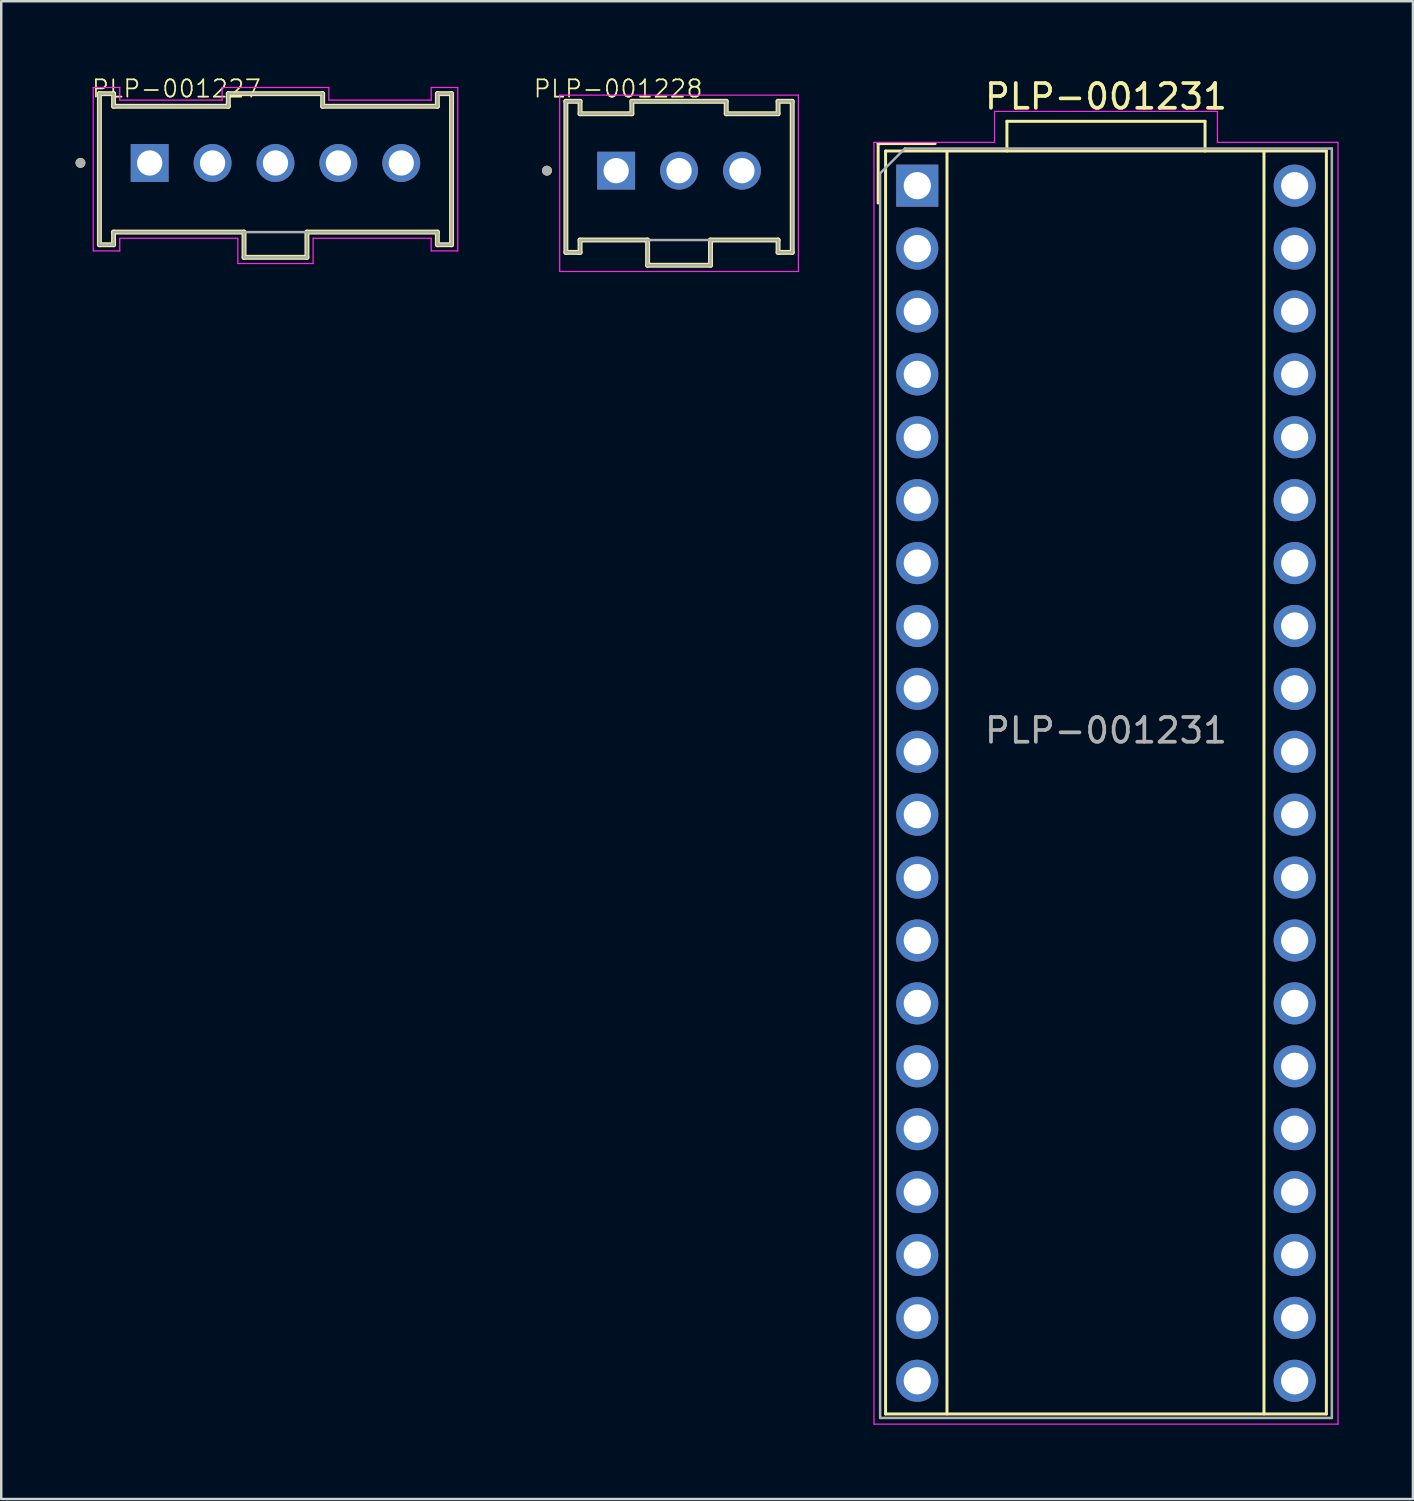
<source format=kicad_pcb>
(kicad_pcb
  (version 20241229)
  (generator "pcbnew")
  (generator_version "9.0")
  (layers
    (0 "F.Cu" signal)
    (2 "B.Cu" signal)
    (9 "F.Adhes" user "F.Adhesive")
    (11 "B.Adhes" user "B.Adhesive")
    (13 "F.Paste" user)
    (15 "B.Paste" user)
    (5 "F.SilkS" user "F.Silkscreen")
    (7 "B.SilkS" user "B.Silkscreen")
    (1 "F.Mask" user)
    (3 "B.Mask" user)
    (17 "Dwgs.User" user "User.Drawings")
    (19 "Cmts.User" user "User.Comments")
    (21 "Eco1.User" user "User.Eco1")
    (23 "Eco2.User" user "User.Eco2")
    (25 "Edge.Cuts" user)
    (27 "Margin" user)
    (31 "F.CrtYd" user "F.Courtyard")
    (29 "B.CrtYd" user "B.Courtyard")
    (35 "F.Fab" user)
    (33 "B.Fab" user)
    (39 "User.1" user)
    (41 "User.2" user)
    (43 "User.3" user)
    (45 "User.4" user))
  (footprint "PLP-001231"
    (layer "F.Cu")
    (at 33.991 4.448)
    (property "Reference" "PLP-001231" (at 7.62 -3.6 0) (layer "F.SilkS") (effects (font (size 1 1) (thickness 0.15))))
    (attr through_hole)
    (fp_line (start -1.58 -1.7) (end -1.58 0.7) (stroke (width 0.12) (type solid)) (layer "F.SilkS"))
    (fp_line (start -1.28 -1.4) (end 16.52 -1.4) (stroke (width 0.12) (type solid)) (layer "F.SilkS"))
    (fp_line (start -1.28 49.6) (end -1.28 -1.4) (stroke (width 0.12) (type solid)) (layer "F.SilkS"))
    (fp_line (start 0.72 -1.7) (end -1.58 -1.7) (stroke (width 0.12) (type solid)) (layer "F.SilkS"))
    (fp_line (start 1.2 -1.4) (end 1.2 49.6) (stroke (width 0.12) (type solid)) (layer "F.SilkS"))
    (fp_line (start 3.62 -2.6) (end 11.62 -2.6) (stroke (width 0.12) (type solid)) (layer "F.SilkS"))
    (fp_line (start 3.62 -1.4) (end 3.62 -2.6) (stroke (width 0.12) (type solid)) (layer "F.SilkS"))
    (fp_line (start 11.62 -2.6) (end 11.62 -1.4) (stroke (width 0.12) (type solid)) (layer "F.SilkS"))
    (fp_line (start 14 -1.4) (end 14 49.6) (stroke (width 0.12) (type solid)) (layer "F.SilkS"))
    (fp_line (start 16.52 -1.4) (end 16.52 49.6) (stroke (width 0.12) (type solid)) (layer "F.SilkS"))
    (fp_line (start 16.52 49.6) (end -1.28 49.6) (stroke (width 0.12) (type solid)) (layer "F.SilkS"))
    (fp_line (start -1.75 -1.75) (end 3.12 -1.75) (stroke (width 0.05) (type solid)) (layer "F.CrtYd"))
    (fp_line (start -1.75 50.01) (end -1.75 -1.75) (stroke (width 0.05) (type solid)) (layer "F.CrtYd"))
    (fp_line (start 3.12 -3) (end 12.12 -3) (stroke (width 0.05) (type solid)) (layer "F.CrtYd"))
    (fp_line (start 3.12 -1.75) (end 3.12 -3) (stroke (width 0.05) (type solid)) (layer "F.CrtYd"))
    (fp_line (start 12.12 -3) (end 12.12 -1.75) (stroke (width 0.05) (type solid)) (layer "F.CrtYd"))
    (fp_line (start 12.12 -1.75) (end 16.99 -1.75) (stroke (width 0.05) (type solid)) (layer "F.CrtYd"))
    (fp_line (start 16.99 -1.75) (end 16.99 50.01) (stroke (width 0.05) (type solid)) (layer "F.CrtYd"))
    (fp_line (start 16.99 50.01) (end -1.75 50.01) (stroke (width 0.05) (type solid)) (layer "F.CrtYd"))
    (fp_line (start -1.5 -0.5) (end -1.5 49.76) (stroke (width 0.1) (type solid)) (layer "F.Fab"))
    (fp_line (start -1.5 49.76) (end 16.74 49.76) (stroke (width 0.1) (type solid)) (layer "F.Fab"))
    (fp_line (start -0.5 -1.5) (end -1.5 -0.5) (stroke (width 0.1) (type solid)) (layer "F.Fab"))
    (fp_line (start 16.74 -1.5) (end -0.5 -1.5) (stroke (width 0.1) (type solid)) (layer "F.Fab"))
    (fp_line (start 16.74 49.76) (end 16.74 -1.5) (stroke (width 0.1) (type solid)) (layer "F.Fab"))
    (fp_text user "${REFERENCE}" (at 7.62 22 0) (layer "F.Fab") (effects (font (size 1 1) (thickness 0.15))))
    (pad "1" thru_hole rect (at 0 0) (size 1.7 1.7) (drill 1.1) (layers "*.Cu" "*.Mask"))
    (pad "2" thru_hole circle (at 0 2.54) (size 1.7 1.7) (drill 1.1) (layers "*.Cu" "*.Mask"))
    (pad "3" thru_hole circle (at 0 5.08) (size 1.7 1.7) (drill 1.1) (layers "*.Cu" "*.Mask"))
    (pad "4" thru_hole circle (at 0 7.62) (size 1.7 1.7) (drill 1.1) (layers "*.Cu" "*.Mask"))
    (pad "5" thru_hole circle (at 0 10.16) (size 1.7 1.7) (drill 1.1) (layers "*.Cu" "*.Mask"))
    (pad "6" thru_hole circle (at 0 12.7) (size 1.7 1.7) (drill 1.1) (layers "*.Cu" "*.Mask"))
    (pad "7" thru_hole circle (at 0 15.24) (size 1.7 1.7) (drill 1.1) (layers "*.Cu" "*.Mask"))
    (pad "8" thru_hole circle (at 0 17.78) (size 1.7 1.7) (drill 1.1) (layers "*.Cu" "*.Mask"))
    (pad "9" thru_hole circle (at 0 20.32) (size 1.7 1.7) (drill 1.1) (layers "*.Cu" "*.Mask"))
    (pad "10" thru_hole circle (at 0 22.86) (size 1.7 1.7) (drill 1.1) (layers "*.Cu" "*.Mask"))
    (pad "11" thru_hole circle (at 0 25.4) (size 1.7 1.7) (drill 1.1) (layers "*.Cu" "*.Mask"))
    (pad "12" thru_hole circle (at 0 27.94) (size 1.7 1.7) (drill 1.1) (layers "*.Cu" "*.Mask"))
    (pad "13" thru_hole circle (at 0 30.48) (size 1.7 1.7) (drill 1.1) (layers "*.Cu" "*.Mask"))
    (pad "14" thru_hole circle (at 0 33.02) (size 1.7 1.7) (drill 1.1) (layers "*.Cu" "*.Mask"))
    (pad "15" thru_hole circle (at 0 35.56) (size 1.7 1.7) (drill 1.1) (layers "*.Cu" "*.Mask"))
    (pad "16" thru_hole circle (at 0 38.1) (size 1.7 1.7) (drill 1.1) (layers "*.Cu" "*.Mask"))
    (pad "17" thru_hole circle (at 0 40.64) (size 1.7 1.7) (drill 1.1) (layers "*.Cu" "*.Mask"))
    (pad "18" thru_hole circle (at 0 43.18) (size 1.7 1.7) (drill 1.1) (layers "*.Cu" "*.Mask"))
    (pad "19" thru_hole circle (at 0 45.72) (size 1.7 1.7) (drill 1.1) (layers "*.Cu" "*.Mask"))
    (pad "20" thru_hole circle (at 0 48.26) (size 1.7 1.7) (drill 1.1) (layers "*.Cu" "*.Mask"))
    (pad "21" thru_hole circle (at 15.24 48.26) (size 1.7 1.7) (drill 1.1) (layers "*.Cu" "*.Mask"))
    (pad "22" thru_hole circle (at 15.24 45.72) (size 1.7 1.7) (drill 1.1) (layers "*.Cu" "*.Mask"))
    (pad "23" thru_hole circle (at 15.24 43.18) (size 1.7 1.7) (drill 1.1) (layers "*.Cu" "*.Mask"))
    (pad "24" thru_hole circle (at 15.24 40.64) (size 1.7 1.7) (drill 1.1) (layers "*.Cu" "*.Mask"))
    (pad "25" thru_hole circle (at 15.24 38.1) (size 1.7 1.7) (drill 1.1) (layers "*.Cu" "*.Mask"))
    (pad "26" thru_hole circle (at 15.24 35.56) (size 1.7 1.7) (drill 1.1) (layers "*.Cu" "*.Mask"))
    (pad "27" thru_hole circle (at 15.24 33.02) (size 1.7 1.7) (drill 1.1) (layers "*.Cu" "*.Mask"))
    (pad "28" thru_hole circle (at 15.24 30.48) (size 1.7 1.7) (drill 1.1) (layers "*.Cu" "*.Mask"))
    (pad "29" thru_hole circle (at 15.24 27.94) (size 1.7 1.7) (drill 1.1) (layers "*.Cu" "*.Mask"))
    (pad "30" thru_hole circle (at 15.24 25.4) (size 1.7 1.7) (drill 1.1) (layers "*.Cu" "*.Mask"))
    (pad "31" thru_hole circle (at 15.24 22.86) (size 1.7 1.7) (drill 1.1) (layers "*.Cu" "*.Mask"))
    (pad "32" thru_hole circle (at 15.24 20.32) (size 1.7 1.7) (drill 1.1) (layers "*.Cu" "*.Mask"))
    (pad "33" thru_hole circle (at 15.24 17.78) (size 1.7 1.7) (drill 1.1) (layers "*.Cu" "*.Mask"))
    (pad "34" thru_hole circle (at 15.24 15.24) (size 1.7 1.7) (drill 1.1) (layers "*.Cu" "*.Mask"))
    (pad "35" thru_hole circle (at 15.24 12.7) (size 1.7 1.7) (drill 1.1) (layers "*.Cu" "*.Mask"))
    (pad "36" thru_hole circle (at 15.24 10.16) (size 1.7 1.7) (drill 1.1) (layers "*.Cu" "*.Mask"))
    (pad "37" thru_hole circle (at 15.24 7.62) (size 1.7 1.7) (drill 1.1) (layers "*.Cu" "*.Mask"))
    (pad "38" thru_hole circle (at 15.24 5.08) (size 1.7 1.7) (drill 1.1) (layers "*.Cu" "*.Mask"))
    (pad "39" thru_hole circle (at 15.24 2.54) (size 1.7 1.7) (drill 1.1) (layers "*.Cu" "*.Mask"))
    (pad "40" thru_hole circle (at 15.24 0) (size 1.7 1.7) (drill 1.1) (layers "*.Cu" "*.Mask")))
  (footprint "PLP-001228"
    (layer "F.Cu")
    (at 24.371 3.842)
    (property "Reference" "PLP-001228" (at -2.46 -3.31 0) (layer "F.SilkS") (effects (font (size 0.7 0.7) (thickness 0.07))))
    (attr through_hole)
    (fp_line (start -4.57 -2.8) (end -4.57 3.3) (stroke (width 0.2) (type solid)) (layer "F.SilkS"))
    (fp_line (start -4.57 3.3) (end -3.998 3.3) (stroke (width 0.2) (type solid)) (layer "F.SilkS"))
    (fp_line (start -3.998 -2.8) (end -4.57 -2.8) (stroke (width 0.2) (type solid)) (layer "F.SilkS"))
    (fp_line (start -3.998 -2.3) (end -3.998 -2.8) (stroke (width 0.2) (type solid)) (layer "F.SilkS"))
    (fp_line (start -3.998 2.8) (end -1.27 2.8) (stroke (width 0.2) (type solid)) (layer "F.SilkS"))
    (fp_line (start -3.998 3.3) (end -3.998 2.8) (stroke (width 0.2) (type solid)) (layer "F.SilkS"))
    (fp_line (start -1.905 -2.8) (end -1.905 -2.3) (stroke (width 0.2) (type solid)) (layer "F.SilkS"))
    (fp_line (start -1.905 -2.3) (end -3.998 -2.3) (stroke (width 0.2) (type solid)) (layer "F.SilkS"))
    (fp_line (start -1.27 2.8) (end -1.27 3.82) (stroke (width 0.2) (type solid)) (layer "F.SilkS"))
    (fp_line (start -1.27 3.82) (end 1.27 3.82) (stroke (width 0.2) (type solid)) (layer "F.SilkS"))
    (fp_line (start 1.27 2.8) (end 3.998 2.8) (stroke (width 0.2) (type solid)) (layer "F.SilkS"))
    (fp_line (start 1.27 3.82) (end 1.27 2.8) (stroke (width 0.2) (type solid)) (layer "F.SilkS"))
    (fp_line (start 1.905 -2.8) (end -1.905 -2.8) (stroke (width 0.2) (type solid)) (layer "F.SilkS"))
    (fp_line (start 1.905 -2.3) (end 1.905 -2.8) (stroke (width 0.2) (type solid)) (layer "F.SilkS"))
    (fp_line (start 3.998 -2.8) (end 3.998 -2.3) (stroke (width 0.2) (type solid)) (layer "F.SilkS"))
    (fp_line (start 3.998 -2.3) (end 1.905 -2.3) (stroke (width 0.2) (type solid)) (layer "F.SilkS"))
    (fp_line (start 3.998 2.8) (end 3.998 3.3) (stroke (width 0.2) (type solid)) (layer "F.SilkS"))
    (fp_line (start 3.998 3.3) (end 4.57 3.3) (stroke (width 0.2) (type solid)) (layer "F.SilkS"))
    (fp_line (start 4.57 -2.8) (end 3.998 -2.8) (stroke (width 0.2) (type solid)) (layer "F.SilkS"))
    (fp_line (start 4.57 3.3) (end 4.57 -2.8) (stroke (width 0.2) (type solid)) (layer "F.SilkS"))
    (fp_circle (center -5.334 0) (end -5.234 0) (stroke (width 0.2) (type solid)) (fill no) (layer "F.SilkS"))
    (fp_line (start -4.82 -3.05) (end 4.82 -3.05) (stroke (width 0.05) (type solid)) (layer "F.CrtYd"))
    (fp_line (start -4.82 4.07) (end -4.82 -3.05) (stroke (width 0.05) (type solid)) (layer "F.CrtYd"))
    (fp_line (start 4.82 -3.05) (end 4.82 4.07) (stroke (width 0.05) (type solid)) (layer "F.CrtYd"))
    (fp_line (start 4.82 4.07) (end -4.82 4.07) (stroke (width 0.05) (type solid)) (layer "F.CrtYd"))
    (fp_line (start -4.57 -2.8) (end -4.57 3.3) (stroke (width 0.1) (type solid)) (layer "F.Fab"))
    (fp_line (start -4.57 3.3) (end -3.998 3.3) (stroke (width 0.1) (type solid)) (layer "F.Fab"))
    (fp_line (start -3.998 -2.8) (end -4.57 -2.8) (stroke (width 0.1) (type solid)) (layer "F.Fab"))
    (fp_line (start -3.998 -2.3) (end -3.998 -2.8) (stroke (width 0.1) (type solid)) (layer "F.Fab"))
    (fp_line (start -3.998 2.8) (end -1.27 2.8) (stroke (width 0.1) (type solid)) (layer "F.Fab"))
    (fp_line (start -3.998 3.3) (end -3.998 2.8) (stroke (width 0.1) (type solid)) (layer "F.Fab"))
    (fp_line (start -1.905 -2.8) (end -1.905 -2.3) (stroke (width 0.1) (type solid)) (layer "F.Fab"))
    (fp_line (start -1.905 -2.3) (end -3.998 -2.3) (stroke (width 0.1) (type solid)) (layer "F.Fab"))
    (fp_line (start -1.27 2.8) (end -1.27 3.82) (stroke (width 0.1) (type solid)) (layer "F.Fab"))
    (fp_line (start -1.27 2.8) (end 1.27 2.8) (stroke (width 0.1) (type solid)) (layer "F.Fab"))
    (fp_line (start -1.27 3.82) (end 1.27 3.82) (stroke (width 0.1) (type solid)) (layer "F.Fab"))
    (fp_line (start 1.27 2.8) (end 3.998 2.8) (stroke (width 0.1) (type solid)) (layer "F.Fab"))
    (fp_line (start 1.27 3.82) (end 1.27 2.8) (stroke (width 0.1) (type solid)) (layer "F.Fab"))
    (fp_line (start 1.905 -2.8) (end -1.905 -2.8) (stroke (width 0.1) (type solid)) (layer "F.Fab"))
    (fp_line (start 1.905 -2.3) (end 1.905 -2.8) (stroke (width 0.1) (type solid)) (layer "F.Fab"))
    (fp_line (start 3.998 -2.8) (end 3.998 -2.3) (stroke (width 0.1) (type solid)) (layer "F.Fab"))
    (fp_line (start 3.998 -2.3) (end 1.905 -2.3) (stroke (width 0.1) (type solid)) (layer "F.Fab"))
    (fp_line (start 3.998 2.8) (end 3.998 3.3) (stroke (width 0.1) (type solid)) (layer "F.Fab"))
    (fp_line (start 3.998 3.3) (end 4.57 3.3) (stroke (width 0.1) (type solid)) (layer "F.Fab"))
    (fp_line (start 4.57 -2.8) (end 3.998 -2.8) (stroke (width 0.1) (type solid)) (layer "F.Fab"))
    (fp_line (start 4.57 3.3) (end 4.57 -2.8) (stroke (width 0.1) (type solid)) (layer "F.Fab"))
    (fp_circle (center -5.334 0) (end -5.234 0) (stroke (width 0.2) (type solid)) (fill no) (layer "F.Fab"))
    (pad "01" thru_hole rect (at -2.54 0) (size 1.53 1.53) (drill 1.02) (layers "*.Cu" "*.Mask"))
    (pad "02" thru_hole circle (at 0 0) (size 1.53 1.53) (drill 1.02) (layers "*.Cu" "*.Mask"))
    (pad "03" thru_hole circle (at 2.54 0) (size 1.53 1.53) (drill 1.02) (layers "*.Cu" "*.Mask")))
  (footprint "PLP-001227"
    (layer "F.Cu")
    (at 8.074 3.532)
    (property "Reference" "PLP-001227" (at -4 -3 0) (layer "F.SilkS") (effects (font (size 0.7 0.7) (thickness 0.07))))
    (attr through_hole)
    (fp_line (start -7.11 -2.8) (end -7.11 3.3) (stroke (width 0.2) (type solid)) (layer "F.SilkS"))
    (fp_line (start -7.11 3.3) (end -6.538 3.3) (stroke (width 0.2) (type solid)) (layer "F.SilkS"))
    (fp_line (start -6.538 -2.8) (end -7.11 -2.8) (stroke (width 0.2) (type solid)) (layer "F.SilkS"))
    (fp_line (start -6.538 -2.29) (end -6.538 -2.8) (stroke (width 0.2) (type solid)) (layer "F.SilkS"))
    (fp_line (start -6.538 2.79) (end -1.27 2.79) (stroke (width 0.2) (type solid)) (layer "F.SilkS"))
    (fp_line (start -6.538 3.3) (end -6.538 2.79) (stroke (width 0.2) (type solid)) (layer "F.SilkS"))
    (fp_line (start -1.905 -2.8) (end -1.905 -2.29) (stroke (width 0.2) (type solid)) (layer "F.SilkS"))
    (fp_line (start -1.905 -2.29) (end -6.538 -2.29) (stroke (width 0.2) (type solid)) (layer "F.SilkS"))
    (fp_line (start -1.27 2.79) (end -1.27 3.81) (stroke (width 0.2) (type solid)) (layer "F.SilkS"))
    (fp_line (start -1.27 3.81) (end 1.27 3.81) (stroke (width 0.2) (type solid)) (layer "F.SilkS"))
    (fp_line (start 1.27 2.79) (end 6.538 2.79) (stroke (width 0.2) (type solid)) (layer "F.SilkS"))
    (fp_line (start 1.27 3.81) (end 1.27 2.79) (stroke (width 0.2) (type solid)) (layer "F.SilkS"))
    (fp_line (start 1.905 -2.8) (end -1.905 -2.8) (stroke (width 0.2) (type solid)) (layer "F.SilkS"))
    (fp_line (start 1.905 -2.29) (end 1.905 -2.8) (stroke (width 0.2) (type solid)) (layer "F.SilkS"))
    (fp_line (start 6.538 -2.8) (end 6.538 -2.29) (stroke (width 0.2) (type solid)) (layer "F.SilkS"))
    (fp_line (start 6.538 -2.29) (end 1.905 -2.29) (stroke (width 0.2) (type solid)) (layer "F.SilkS"))
    (fp_line (start 6.538 2.79) (end 6.538 3.3) (stroke (width 0.2) (type solid)) (layer "F.SilkS"))
    (fp_line (start 6.538 3.3) (end 7.11 3.3) (stroke (width 0.2) (type solid)) (layer "F.SilkS"))
    (fp_line (start 7.11 -2.8) (end 6.538 -2.8) (stroke (width 0.2) (type solid)) (layer "F.SilkS"))
    (fp_line (start 7.11 3.3) (end 7.11 -2.8) (stroke (width 0.2) (type solid)) (layer "F.SilkS"))
    (fp_circle (center -7.874 -0.004) (end -7.774 -0.004) (stroke (width 0.2) (type solid)) (fill no) (layer "F.SilkS"))
    (fp_line (start -7.36 -3.05) (end -6.288 -3.05) (stroke (width 0.05) (type solid)) (layer "F.CrtYd"))
    (fp_line (start -7.36 3.55) (end -7.36 -3.05) (stroke (width 0.05) (type solid)) (layer "F.CrtYd"))
    (fp_line (start -6.288 -3.05) (end -6.288 -2.54) (stroke (width 0.05) (type solid)) (layer "F.CrtYd"))
    (fp_line (start -6.288 -2.54) (end -2.155 -2.54) (stroke (width 0.05) (type solid)) (layer "F.CrtYd"))
    (fp_line (start -6.288 3.04) (end -6.288 3.55) (stroke (width 0.05) (type solid)) (layer "F.CrtYd"))
    (fp_line (start -6.288 3.55) (end -7.36 3.55) (stroke (width 0.05) (type solid)) (layer "F.CrtYd"))
    (fp_line (start -2.155 -3.05) (end 2.155 -3.05) (stroke (width 0.05) (type solid)) (layer "F.CrtYd"))
    (fp_line (start -2.155 -2.54) (end -2.155 -3.05) (stroke (width 0.05) (type solid)) (layer "F.CrtYd"))
    (fp_line (start -1.52 3.04) (end -6.288 3.04) (stroke (width 0.05) (type solid)) (layer "F.CrtYd"))
    (fp_line (start -1.52 4.06) (end -1.52 3.04) (stroke (width 0.05) (type solid)) (layer "F.CrtYd"))
    (fp_line (start 1.52 3.04) (end 1.52 4.06) (stroke (width 0.05) (type solid)) (layer "F.CrtYd"))
    (fp_line (start 1.52 4.06) (end -1.52 4.06) (stroke (width 0.05) (type solid)) (layer "F.CrtYd"))
    (fp_line (start 2.155 -3.05) (end 2.155 -2.54) (stroke (width 0.05) (type solid)) (layer "F.CrtYd"))
    (fp_line (start 2.155 -2.54) (end 6.288 -2.54) (stroke (width 0.05) (type solid)) (layer "F.CrtYd"))
    (fp_line (start 6.288 -3.05) (end 7.36 -3.05) (stroke (width 0.05) (type solid)) (layer "F.CrtYd"))
    (fp_line (start 6.288 -2.54) (end 6.288 -3.05) (stroke (width 0.05) (type solid)) (layer "F.CrtYd"))
    (fp_line (start 6.288 3.04) (end 1.52 3.04) (stroke (width 0.05) (type solid)) (layer "F.CrtYd"))
    (fp_line (start 6.288 3.55) (end 6.288 3.04) (stroke (width 0.05) (type solid)) (layer "F.CrtYd"))
    (fp_line (start 7.36 -3.05) (end 7.36 3.55) (stroke (width 0.05) (type solid)) (layer "F.CrtYd"))
    (fp_line (start 7.36 3.55) (end 6.288 3.55) (stroke (width 0.05) (type solid)) (layer "F.CrtYd"))
    (fp_line (start -7.11 -2.8) (end -7.11 3.3) (stroke (width 0.1) (type solid)) (layer "F.Fab"))
    (fp_line (start -7.11 3.3) (end -6.538 3.3) (stroke (width 0.1) (type solid)) (layer "F.Fab"))
    (fp_line (start -6.538 -2.8) (end -7.11 -2.8) (stroke (width 0.1) (type solid)) (layer "F.Fab"))
    (fp_line (start -6.538 -2.29) (end -6.538 -2.8) (stroke (width 0.1) (type solid)) (layer "F.Fab"))
    (fp_line (start -6.538 2.79) (end -1.27 2.79) (stroke (width 0.1) (type solid)) (layer "F.Fab"))
    (fp_line (start -6.538 3.3) (end -6.538 2.79) (stroke (width 0.1) (type solid)) (layer "F.Fab"))
    (fp_line (start -1.905 -2.8) (end -1.905 -2.29) (stroke (width 0.1) (type solid)) (layer "F.Fab"))
    (fp_line (start -1.905 -2.29) (end -6.538 -2.29) (stroke (width 0.1) (type solid)) (layer "F.Fab"))
    (fp_line (start -1.27 2.79) (end -1.27 3.81) (stroke (width 0.1) (type solid)) (layer "F.Fab"))
    (fp_line (start -1.27 2.79) (end 1.27 2.79) (stroke (width 0.1) (type solid)) (layer "F.Fab"))
    (fp_line (start -1.27 3.81) (end 1.27 3.81) (stroke (width 0.1) (type solid)) (layer "F.Fab"))
    (fp_line (start 1.27 2.79) (end 6.538 2.79) (stroke (width 0.1) (type solid)) (layer "F.Fab"))
    (fp_line (start 1.27 3.81) (end 1.27 2.79) (stroke (width 0.1) (type solid)) (layer "F.Fab"))
    (fp_line (start 1.905 -2.8) (end -1.905 -2.8) (stroke (width 0.1) (type solid)) (layer "F.Fab"))
    (fp_line (start 1.905 -2.29) (end 1.905 -2.8) (stroke (width 0.1) (type solid)) (layer "F.Fab"))
    (fp_line (start 6.538 -2.8) (end 6.538 -2.29) (stroke (width 0.1) (type solid)) (layer "F.Fab"))
    (fp_line (start 6.538 -2.29) (end 1.905 -2.29) (stroke (width 0.1) (type solid)) (layer "F.Fab"))
    (fp_line (start 6.538 2.79) (end 6.538 3.3) (stroke (width 0.1) (type solid)) (layer "F.Fab"))
    (fp_line (start 6.538 3.3) (end 7.11 3.3) (stroke (width 0.1) (type solid)) (layer "F.Fab"))
    (fp_line (start 7.11 -2.8) (end 6.538 -2.8) (stroke (width 0.1) (type solid)) (layer "F.Fab"))
    (fp_line (start 7.11 3.3) (end 7.11 -2.8) (stroke (width 0.1) (type solid)) (layer "F.Fab"))
    (fp_circle (center -7.874 -0.004) (end -7.774 -0.004) (stroke (width 0.2) (type solid)) (fill no) (layer "F.Fab"))
    (pad "01" thru_hole rect (at -5.08 0) (size 1.53 1.53) (drill 1.02) (layers "*.Cu" "*.Mask"))
    (pad "02" thru_hole circle (at -2.54 0) (size 1.53 1.53) (drill 1.02) (layers "*.Cu" "*.Mask"))
    (pad "03" thru_hole circle (at 0 0) (size 1.53 1.53) (drill 1.02) (layers "*.Cu" "*.Mask"))
    (pad "04" thru_hole circle (at 2.54 0) (size 1.53 1.53) (drill 1.02) (layers "*.Cu" "*.Mask"))
    (pad "05" thru_hole circle (at 5.08 0) (size 1.53 1.53) (drill 1.02) (layers "*.Cu" "*.Mask")))
  (gr_rect
    (start -3 -3)
    (end 54.006 57.483)
    (stroke (width 0.1) (type default))
    (fill no)
    (layer "Edge.Cuts")))
</source>
